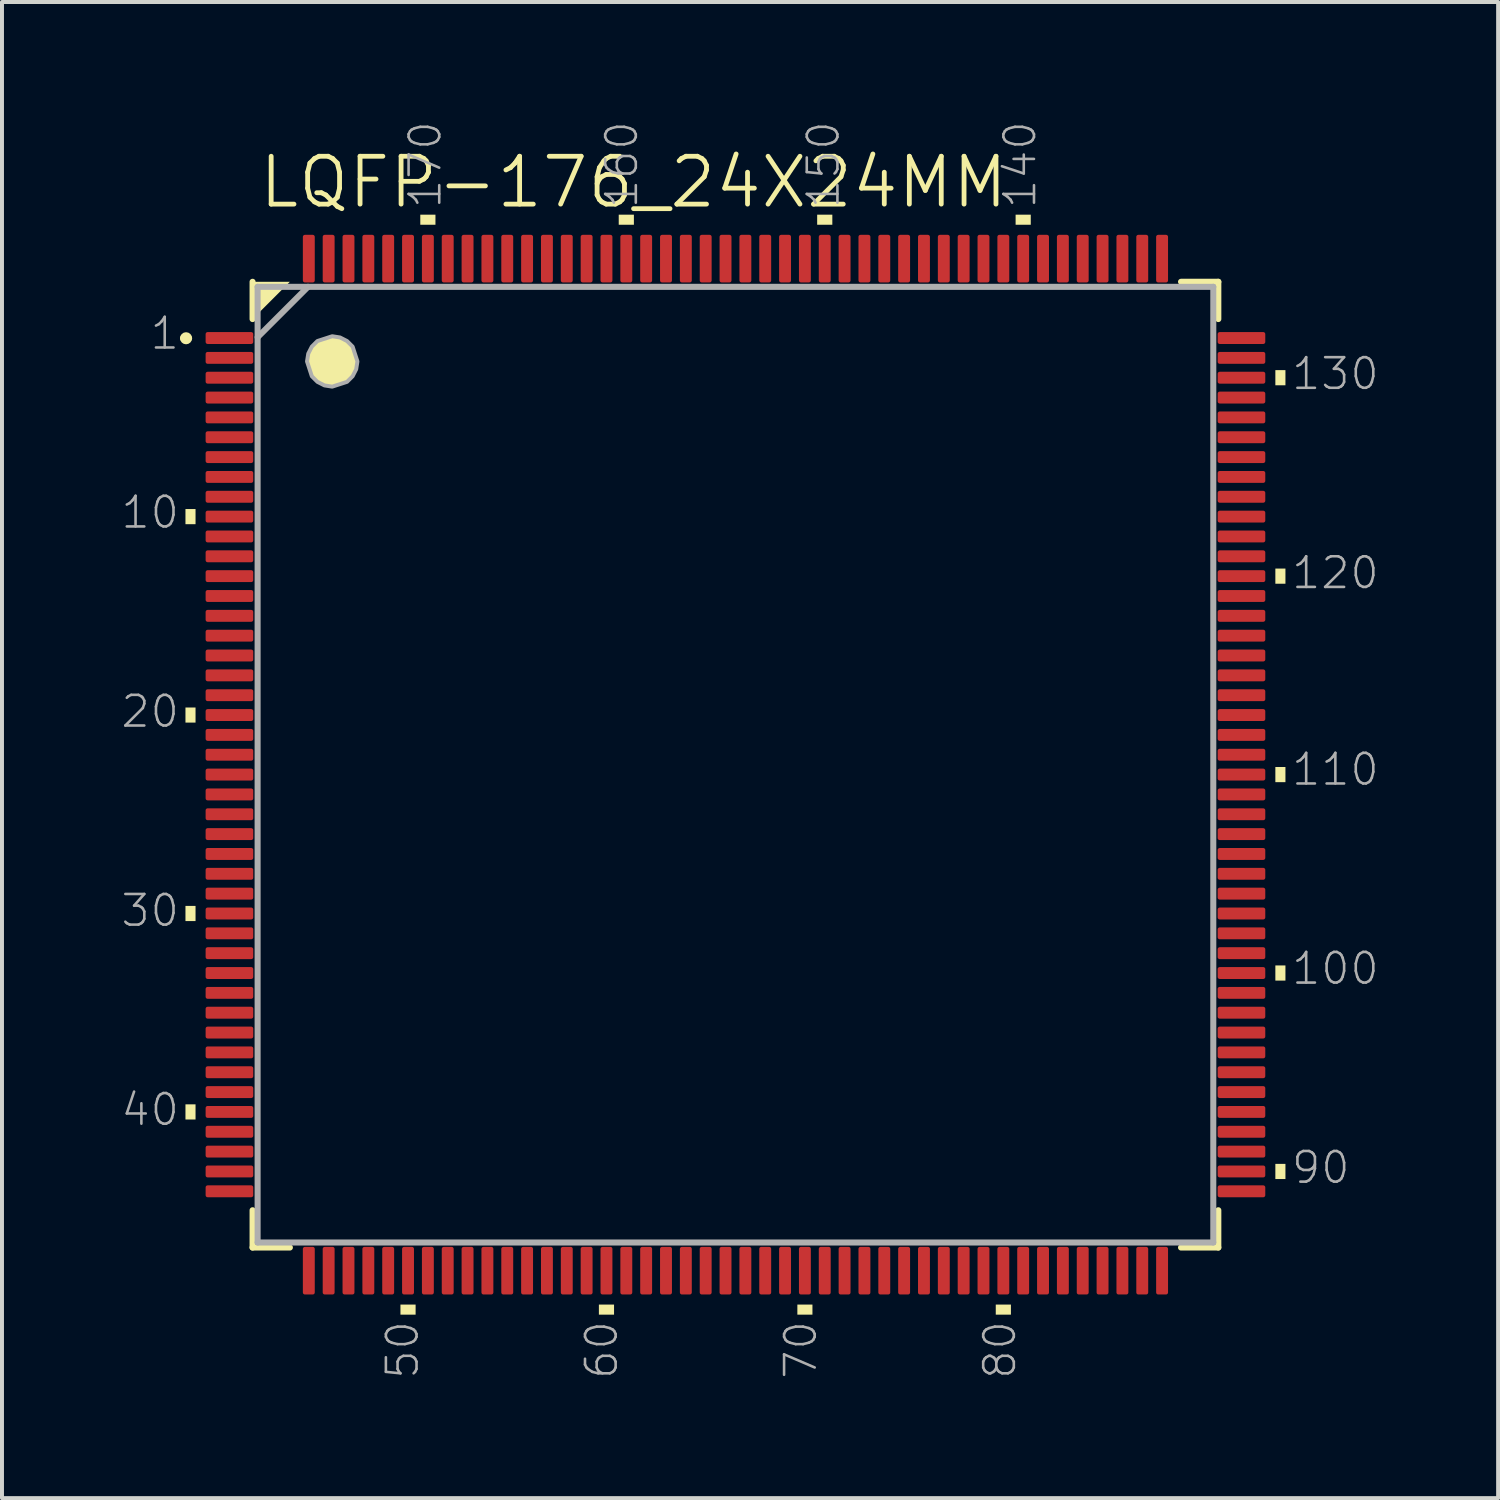
<source format=kicad_pcb>
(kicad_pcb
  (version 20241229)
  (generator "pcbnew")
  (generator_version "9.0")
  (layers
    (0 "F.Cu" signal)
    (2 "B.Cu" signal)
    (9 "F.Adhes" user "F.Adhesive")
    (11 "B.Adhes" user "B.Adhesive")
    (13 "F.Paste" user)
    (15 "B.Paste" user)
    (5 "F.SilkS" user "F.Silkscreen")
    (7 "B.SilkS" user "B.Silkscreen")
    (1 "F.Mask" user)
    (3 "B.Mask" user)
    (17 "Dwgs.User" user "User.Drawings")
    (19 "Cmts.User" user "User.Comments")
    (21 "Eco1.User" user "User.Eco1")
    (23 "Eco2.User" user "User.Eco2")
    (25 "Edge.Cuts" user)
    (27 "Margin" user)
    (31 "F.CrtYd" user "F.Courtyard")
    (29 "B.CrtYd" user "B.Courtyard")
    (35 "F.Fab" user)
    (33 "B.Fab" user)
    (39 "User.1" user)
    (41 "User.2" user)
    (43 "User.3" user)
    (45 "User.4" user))
  (footprint "LQFP-176_24X24MM"
    (layer "F.Cu")
    (at 15.481 16.217)
    (property "Reference" "LQFP-176_24X24MM" (at -12.065 -13.97 180) (layer "F.SilkS") (effects (font (size 1.206 1.206) (thickness 0.121)) (justify left bottom)))
    (attr through_hole)
    (fp_line (start -12.167 -12.167) (end -12.167 -11.227) (stroke (width 0.152) (type solid)) (layer "F.SilkS"))
    (fp_line (start -12.167 11.227) (end -12.167 12.167) (stroke (width 0.152) (type solid)) (layer "F.SilkS"))
    (fp_line (start -12.167 12.167) (end -11.227 12.167) (stroke (width 0.152) (type solid)) (layer "F.SilkS"))
    (fp_line (start 11.227 12.167) (end 12.167 12.167) (stroke (width 0.152) (type solid)) (layer "F.SilkS"))
    (fp_line (start 12.167 -12.167) (end 11.227 -12.167) (stroke (width 0.152) (type solid)) (layer "F.SilkS"))
    (fp_line (start 12.167 -11.227) (end 12.167 -12.167) (stroke (width 0.152) (type solid)) (layer "F.SilkS"))
    (fp_line (start 12.167 12.167) (end 12.167 11.227) (stroke (width 0.152) (type solid)) (layer "F.SilkS"))
    (fp_arc (start -13.9192 -10.7442) (mid -13.843 -10.8204) (end -13.7668 -10.7442) (stroke (width 0.1524) (type solid)) (layer "F.SilkS"))
    (fp_arc (start -13.7668 -10.7442) (mid -13.843 -10.668) (end -13.9192 -10.7442) (stroke (width 0.1524) (type solid)) (layer "F.SilkS"))
    (fp_poly (pts (xy -12.167 -12.167) (xy -11.227 -12.167) (xy -12.167 -11.227)) (stroke (width 0) (type solid)) (fill yes) (layer "F.SilkS"))
    (fp_poly (pts (xy -13.858 -6.441) (xy -13.858 -6.059) (xy -13.604 -6.059) (xy -13.604 -6.441)) (stroke (width 0) (type solid)) (fill yes) (layer "F.SilkS"))
    (fp_poly (pts (xy -13.858 -1.44) (xy -13.858 -1.06) (xy -13.604 -1.06) (xy -13.604 -1.44)) (stroke (width 0) (type solid)) (fill yes) (layer "F.SilkS"))
    (fp_poly (pts (xy -13.858 3.559) (xy -13.858 3.941) (xy -13.604 3.941) (xy -13.604 3.559)) (stroke (width 0) (type solid)) (fill yes) (layer "F.SilkS"))
    (fp_poly (pts (xy -13.858 8.559) (xy -13.858 8.941) (xy -13.604 8.941) (xy -13.604 8.559)) (stroke (width 0) (type solid)) (fill yes) (layer "F.SilkS"))
    (fp_poly (pts (xy -8.441 13.604) (xy -8.441 13.858) (xy -8.059 13.858) (xy -8.059 13.604)) (stroke (width 0) (type solid)) (fill yes) (layer "F.SilkS"))
    (fp_poly (pts (xy -7.941 -13.604) (xy -7.941 -13.858) (xy -7.559 -13.858) (xy -7.559 -13.604)) (stroke (width 0) (type solid)) (fill yes) (layer "F.SilkS"))
    (fp_poly (pts (xy -3.441 13.604) (xy -3.441 13.858) (xy -3.059 13.858) (xy -3.059 13.604)) (stroke (width 0) (type solid)) (fill yes) (layer "F.SilkS"))
    (fp_poly (pts (xy -2.941 -13.604) (xy -2.941 -13.858) (xy -2.559 -13.858) (xy -2.559 -13.604)) (stroke (width 0) (type solid)) (fill yes) (layer "F.SilkS"))
    (fp_poly (pts (xy 1.56 13.604) (xy 1.56 13.858) (xy 1.94 13.858) (xy 1.94 13.604)) (stroke (width 0) (type solid)) (fill yes) (layer "F.SilkS"))
    (fp_poly (pts (xy 2.059 -13.604) (xy 2.059 -13.858) (xy 2.441 -13.858) (xy 2.441 -13.604)) (stroke (width 0) (type solid)) (fill yes) (layer "F.SilkS"))
    (fp_poly (pts (xy 6.559 13.604) (xy 6.559 13.858) (xy 6.941 13.858) (xy 6.941 13.604)) (stroke (width 0) (type solid)) (fill yes) (layer "F.SilkS"))
    (fp_poly (pts (xy 7.059 -13.604) (xy 7.059 -13.858) (xy 7.441 -13.858) (xy 7.441 -13.604)) (stroke (width 0) (type solid)) (fill yes) (layer "F.SilkS"))
    (fp_poly (pts (xy 13.858 -9.941) (xy 13.858 -9.559) (xy 13.604 -9.559) (xy 13.604 -9.941)) (stroke (width 0) (type solid)) (fill yes) (layer "F.SilkS"))
    (fp_poly (pts (xy 13.858 -4.941) (xy 13.858 -4.559) (xy 13.604 -4.559) (xy 13.604 -4.941)) (stroke (width 0) (type solid)) (fill yes) (layer "F.SilkS"))
    (fp_poly (pts (xy 13.858 0.059) (xy 13.858 0.441) (xy 13.604 0.441) (xy 13.604 0.059)) (stroke (width 0) (type solid)) (fill yes) (layer "F.SilkS"))
    (fp_poly (pts (xy 13.858 5.059) (xy 13.858 5.441) (xy 13.604 5.441) (xy 13.604 5.059)) (stroke (width 0) (type solid)) (fill yes) (layer "F.SilkS"))
    (fp_poly (pts (xy 13.858 10.059) (xy 13.858 10.441) (xy 13.604 10.441) (xy 13.604 10.059)) (stroke (width 0) (type solid)) (fill yes) (layer "F.SilkS"))
    (fp_poly (pts (xy -10.16 -10.795) (xy -9.964 -10.764) (xy -9.787 -10.674) (xy -9.646 -10.533) (xy -9.525 -10.16) (xy -9.556 -9.964) (xy -9.646 -9.787) (xy -9.787 -9.646) (xy -10.16 -9.525) (xy -10.356 -9.556) (xy -10.533 -9.646) (xy -10.674 -9.787) (xy -10.795 -10.16) (xy -10.764 -10.356) (xy -10.674 -10.533) (xy -10.533 -10.674)) (stroke (width 0) (type solid)) (fill yes) (layer "F.SilkS"))
    (fp_line (start -12.04 -12.04) (end -12.04 12.04) (stroke (width 0.152) (type solid)) (layer "F.Fab"))
    (fp_line (start -12.04 -10.77) (end -10.77 -12.04) (stroke (width 0.152) (type solid)) (layer "F.Fab"))
    (fp_line (start -12.04 12.04) (end 12.04 12.04) (stroke (width 0.152) (type solid)) (layer "F.Fab"))
    (fp_line (start 12.04 -12.04) (end -12.04 -12.04) (stroke (width 0.152) (type solid)) (layer "F.Fab"))
    (fp_line (start 12.04 12.04) (end 12.04 -12.04) (stroke (width 0.152) (type solid)) (layer "F.Fab"))
    (fp_poly (pts (xy -10.16 -10.795) (xy -9.964 -10.764) (xy -9.787 -10.674) (xy -9.646 -10.533) (xy -9.525 -10.16) (xy -9.556 -9.964) (xy -9.646 -9.787) (xy -9.787 -9.646) (xy -10.16 -9.525) (xy -10.356 -9.556) (xy -10.533 -9.646) (xy -10.674 -9.787) (xy -10.795 -10.16) (xy -10.764 -10.356) (xy -10.674 -10.533) (xy -10.533 -10.674)) (stroke (width 0.1) (type solid)) (fill no) (layer "F.Fab"))
    (fp_text user "80" (at 7.112 13.97 90) (layer "F.Fab") (effects (font (size 0.772 0.772) (thickness 0.065)) (justify right bottom)))
    (fp_text user "100" (at 13.97 5.588 0) (layer "F.Fab") (effects (font (size 0.772 0.772) (thickness 0.065)) (justify left bottom)))
    (fp_text user "60" (at -2.921 13.97 90) (layer "F.Fab") (effects (font (size 0.772 0.772) (thickness 0.065)) (justify right bottom)))
    (fp_text user "70" (at 2.095 13.97 90) (layer "F.Fab") (effects (font (size 0.772 0.772) (thickness 0.065)) (justify right bottom)))
    (fp_text user "10" (at -13.97 -5.905 0) (layer "F.Fab") (effects (font (size 0.772 0.772) (thickness 0.065)) (justify right bottom)))
    (fp_text user "30" (at -13.97 4.128 0) (layer "F.Fab") (effects (font (size 0.772 0.772) (thickness 0.065)) (justify right bottom)))
    (fp_text user "90" (at 13.97 10.604 0) (layer "F.Fab") (effects (font (size 0.772 0.772) (thickness 0.065)) (justify left bottom)))
    (fp_text user "40" (at -13.97 9.144 0) (layer "F.Fab") (effects (font (size 0.772 0.772) (thickness 0.065)) (justify right bottom)))
    (fp_text user "20" (at -13.97 -0.889 0) (layer "F.Fab") (effects (font (size 0.772 0.772) (thickness 0.065)) (justify right bottom)))
    (fp_text user "120" (at 13.97 -4.381 0) (layer "F.Fab") (effects (font (size 0.772 0.772) (thickness 0.065)) (justify left bottom)))
    (fp_text user "150" (at 2.667 -13.97 90) (layer "F.Fab") (effects (font (size 0.772 0.772) (thickness 0.065)) (justify left bottom)))
    (fp_text user "160" (at -2.413 -13.97 90) (layer "F.Fab") (effects (font (size 0.772 0.772) (thickness 0.065)) (justify left bottom)))
    (fp_text user "140" (at 7.62 -13.97 90) (layer "F.Fab") (effects (font (size 0.772 0.772) (thickness 0.065)) (justify left bottom)))
    (fp_text user "170" (at -7.366 -13.97 90) (layer "F.Fab") (effects (font (size 0.772 0.772) (thickness 0.065)) (justify left bottom)))
    (fp_text user "50" (at -7.938 13.97 90) (layer "F.Fab") (effects (font (size 0.772 0.772) (thickness 0.065)) (justify right bottom)))
    (fp_text user "130" (at 13.97 -9.398 0) (layer "F.Fab") (effects (font (size 0.772 0.772) (thickness 0.065)) (justify left bottom)))
    (fp_text user "110" (at 13.97 0.572 0) (layer "F.Fab") (effects (font (size 0.772 0.772) (thickness 0.065)) (justify left bottom)))
    (fp_text user "1" (at -13.97 -10.414 0) (layer "F.Fab") (effects (font (size 0.772 0.772) (thickness 0.065)) (justify right bottom)))
    (pad "1" smd roundrect (at -12.75 -10.75) (size 1.2 0.3) (layers "F.Cu" "F.Mask" "F.Paste") (roundrect_rratio 0.169))
    (pad "2" smd roundrect (at -12.75 -10.25) (size 1.2 0.3) (layers "F.Cu" "F.Mask" "F.Paste") (roundrect_rratio 0.169))
    (pad "3" smd roundrect (at -12.75 -9.75) (size 1.2 0.3) (layers "F.Cu" "F.Mask" "F.Paste") (roundrect_rratio 0.169))
    (pad "4" smd roundrect (at -12.75 -9.25) (size 1.2 0.3) (layers "F.Cu" "F.Mask" "F.Paste") (roundrect_rratio 0.169))
    (pad "5" smd roundrect (at -12.75 -8.75) (size 1.2 0.3) (layers "F.Cu" "F.Mask" "F.Paste") (roundrect_rratio 0.169))
    (pad "6" smd roundrect (at -12.75 -8.25) (size 1.2 0.3) (layers "F.Cu" "F.Mask" "F.Paste") (roundrect_rratio 0.169))
    (pad "7" smd roundrect (at -12.75 -7.75) (size 1.2 0.3) (layers "F.Cu" "F.Mask" "F.Paste") (roundrect_rratio 0.169))
    (pad "8" smd roundrect (at -12.75 -7.25) (size 1.2 0.3) (layers "F.Cu" "F.Mask" "F.Paste") (roundrect_rratio 0.169))
    (pad "9" smd roundrect (at -12.75 -6.75) (size 1.2 0.3) (layers "F.Cu" "F.Mask" "F.Paste") (roundrect_rratio 0.169))
    (pad "10" smd roundrect (at -12.75 -6.25) (size 1.2 0.3) (layers "F.Cu" "F.Mask" "F.Paste") (roundrect_rratio 0.169))
    (pad "11" smd roundrect (at -12.75 -5.75) (size 1.2 0.3) (layers "F.Cu" "F.Mask" "F.Paste") (roundrect_rratio 0.169))
    (pad "12" smd roundrect (at -12.75 -5.25) (size 1.2 0.3) (layers "F.Cu" "F.Mask" "F.Paste") (roundrect_rratio 0.169))
    (pad "13" smd roundrect (at -12.75 -4.75) (size 1.2 0.3) (layers "F.Cu" "F.Mask" "F.Paste") (roundrect_rratio 0.169))
    (pad "14" smd roundrect (at -12.75 -4.25) (size 1.2 0.3) (layers "F.Cu" "F.Mask" "F.Paste") (roundrect_rratio 0.169))
    (pad "15" smd roundrect (at -12.75 -3.75) (size 1.2 0.3) (layers "F.Cu" "F.Mask" "F.Paste") (roundrect_rratio 0.169))
    (pad "16" smd roundrect (at -12.75 -3.25) (size 1.2 0.3) (layers "F.Cu" "F.Mask" "F.Paste") (roundrect_rratio 0.169))
    (pad "17" smd roundrect (at -12.75 -2.75) (size 1.2 0.3) (layers "F.Cu" "F.Mask" "F.Paste") (roundrect_rratio 0.169))
    (pad "18" smd roundrect (at -12.75 -2.25) (size 1.2 0.3) (layers "F.Cu" "F.Mask" "F.Paste") (roundrect_rratio 0.169))
    (pad "19" smd roundrect (at -12.75 -1.75) (size 1.2 0.3) (layers "F.Cu" "F.Mask" "F.Paste") (roundrect_rratio 0.169))
    (pad "20" smd roundrect (at -12.75 -1.25) (size 1.2 0.3) (layers "F.Cu" "F.Mask" "F.Paste") (roundrect_rratio 0.169))
    (pad "21" smd roundrect (at -12.75 -0.75) (size 1.2 0.3) (layers "F.Cu" "F.Mask" "F.Paste") (roundrect_rratio 0.169))
    (pad "22" smd roundrect (at -12.75 -0.25) (size 1.2 0.3) (layers "F.Cu" "F.Mask" "F.Paste") (roundrect_rratio 0.169))
    (pad "23" smd roundrect (at -12.75 0.25) (size 1.2 0.3) (layers "F.Cu" "F.Mask" "F.Paste") (roundrect_rratio 0.169))
    (pad "24" smd roundrect (at -12.75 0.75) (size 1.2 0.3) (layers "F.Cu" "F.Mask" "F.Paste") (roundrect_rratio 0.169))
    (pad "25" smd roundrect (at -12.75 1.25) (size 1.2 0.3) (layers "F.Cu" "F.Mask" "F.Paste") (roundrect_rratio 0.169))
    (pad "26" smd roundrect (at -12.75 1.75) (size 1.2 0.3) (layers "F.Cu" "F.Mask" "F.Paste") (roundrect_rratio 0.169))
    (pad "27" smd roundrect (at -12.75 2.25) (size 1.2 0.3) (layers "F.Cu" "F.Mask" "F.Paste") (roundrect_rratio 0.169))
    (pad "28" smd roundrect (at -12.75 2.75) (size 1.2 0.3) (layers "F.Cu" "F.Mask" "F.Paste") (roundrect_rratio 0.169))
    (pad "29" smd roundrect (at -12.75 3.25) (size 1.2 0.3) (layers "F.Cu" "F.Mask" "F.Paste") (roundrect_rratio 0.169))
    (pad "30" smd roundrect (at -12.75 3.75) (size 1.2 0.3) (layers "F.Cu" "F.Mask" "F.Paste") (roundrect_rratio 0.169))
    (pad "31" smd roundrect (at -12.75 4.25) (size 1.2 0.3) (layers "F.Cu" "F.Mask" "F.Paste") (roundrect_rratio 0.169))
    (pad "32" smd roundrect (at -12.75 4.75) (size 1.2 0.3) (layers "F.Cu" "F.Mask" "F.Paste") (roundrect_rratio 0.169))
    (pad "33" smd roundrect (at -12.75 5.25) (size 1.2 0.3) (layers "F.Cu" "F.Mask" "F.Paste") (roundrect_rratio 0.169))
    (pad "34" smd roundrect (at -12.75 5.75) (size 1.2 0.3) (layers "F.Cu" "F.Mask" "F.Paste") (roundrect_rratio 0.169))
    (pad "35" smd roundrect (at -12.75 6.25) (size 1.2 0.3) (layers "F.Cu" "F.Mask" "F.Paste") (roundrect_rratio 0.169))
    (pad "36" smd roundrect (at -12.75 6.75) (size 1.2 0.3) (layers "F.Cu" "F.Mask" "F.Paste") (roundrect_rratio 0.169))
    (pad "37" smd roundrect (at -12.75 7.25) (size 1.2 0.3) (layers "F.Cu" "F.Mask" "F.Paste") (roundrect_rratio 0.169))
    (pad "38" smd roundrect (at -12.75 7.75) (size 1.2 0.3) (layers "F.Cu" "F.Mask" "F.Paste") (roundrect_rratio 0.169))
    (pad "39" smd roundrect (at -12.75 8.25) (size 1.2 0.3) (layers "F.Cu" "F.Mask" "F.Paste") (roundrect_rratio 0.169))
    (pad "40" smd roundrect (at -12.75 8.75) (size 1.2 0.3) (layers "F.Cu" "F.Mask" "F.Paste") (roundrect_rratio 0.169))
    (pad "41" smd roundrect (at -12.75 9.25) (size 1.2 0.3) (layers "F.Cu" "F.Mask" "F.Paste") (roundrect_rratio 0.169))
    (pad "42" smd roundrect (at -12.75 9.75) (size 1.2 0.3) (layers "F.Cu" "F.Mask" "F.Paste") (roundrect_rratio 0.169))
    (pad "43" smd roundrect (at -12.75 10.25) (size 1.2 0.3) (layers "F.Cu" "F.Mask" "F.Paste") (roundrect_rratio 0.169))
    (pad "44" smd roundrect (at -12.75 10.75) (size 1.2 0.3) (layers "F.Cu" "F.Mask" "F.Paste") (roundrect_rratio 0.169))
    (pad "45" smd roundrect (at -10.75 12.75 90) (size 1.2 0.3) (layers "F.Cu" "F.Mask" "F.Paste") (roundrect_rratio 0.169))
    (pad "46" smd roundrect (at -10.25 12.75 90) (size 1.2 0.3) (layers "F.Cu" "F.Mask" "F.Paste") (roundrect_rratio 0.169))
    (pad "47" smd roundrect (at -9.75 12.75 90) (size 1.2 0.3) (layers "F.Cu" "F.Mask" "F.Paste") (roundrect_rratio 0.169))
    (pad "48" smd roundrect (at -9.25 12.75 90) (size 1.2 0.3) (layers "F.Cu" "F.Mask" "F.Paste") (roundrect_rratio 0.169))
    (pad "49" smd roundrect (at -8.75 12.75 90) (size 1.2 0.3) (layers "F.Cu" "F.Mask" "F.Paste") (roundrect_rratio 0.169))
    (pad "50" smd roundrect (at -8.25 12.75 90) (size 1.2 0.3) (layers "F.Cu" "F.Mask" "F.Paste") (roundrect_rratio 0.169))
    (pad "51" smd roundrect (at -7.75 12.75 90) (size 1.2 0.3) (layers "F.Cu" "F.Mask" "F.Paste") (roundrect_rratio 0.169))
    (pad "52" smd roundrect (at -7.25 12.75 90) (size 1.2 0.3) (layers "F.Cu" "F.Mask" "F.Paste") (roundrect_rratio 0.169))
    (pad "53" smd roundrect (at -6.75 12.75 90) (size 1.2 0.3) (layers "F.Cu" "F.Mask" "F.Paste") (roundrect_rratio 0.169))
    (pad "54" smd roundrect (at -6.25 12.75 90) (size 1.2 0.3) (layers "F.Cu" "F.Mask" "F.Paste") (roundrect_rratio 0.169))
    (pad "55" smd roundrect (at -5.75 12.75 90) (size 1.2 0.3) (layers "F.Cu" "F.Mask" "F.Paste") (roundrect_rratio 0.169))
    (pad "56" smd roundrect (at -5.25 12.75 90) (size 1.2 0.3) (layers "F.Cu" "F.Mask" "F.Paste") (roundrect_rratio 0.169))
    (pad "57" smd roundrect (at -4.75 12.75 90) (size 1.2 0.3) (layers "F.Cu" "F.Mask" "F.Paste") (roundrect_rratio 0.169))
    (pad "58" smd roundrect (at -4.25 12.75 90) (size 1.2 0.3) (layers "F.Cu" "F.Mask" "F.Paste") (roundrect_rratio 0.169))
    (pad "59" smd roundrect (at -3.75 12.75 90) (size 1.2 0.3) (layers "F.Cu" "F.Mask" "F.Paste") (roundrect_rratio 0.169))
    (pad "60" smd roundrect (at -3.25 12.75 90) (size 1.2 0.3) (layers "F.Cu" "F.Mask" "F.Paste") (roundrect_rratio 0.169))
    (pad "61" smd roundrect (at -2.75 12.75 90) (size 1.2 0.3) (layers "F.Cu" "F.Mask" "F.Paste") (roundrect_rratio 0.169))
    (pad "62" smd roundrect (at -2.25 12.75 90) (size 1.2 0.3) (layers "F.Cu" "F.Mask" "F.Paste") (roundrect_rratio 0.169))
    (pad "63" smd roundrect (at -1.75 12.75 90) (size 1.2 0.3) (layers "F.Cu" "F.Mask" "F.Paste") (roundrect_rratio 0.169))
    (pad "64" smd roundrect (at -1.25 12.75 90) (size 1.2 0.3) (layers "F.Cu" "F.Mask" "F.Paste") (roundrect_rratio 0.169))
    (pad "65" smd roundrect (at -0.75 12.75 90) (size 1.2 0.3) (layers "F.Cu" "F.Mask" "F.Paste") (roundrect_rratio 0.169))
    (pad "66" smd roundrect (at -0.25 12.75 90) (size 1.2 0.3) (layers "F.Cu" "F.Mask" "F.Paste") (roundrect_rratio 0.169))
    (pad "67" smd roundrect (at 0.25 12.75 90) (size 1.2 0.3) (layers "F.Cu" "F.Mask" "F.Paste") (roundrect_rratio 0.169))
    (pad "68" smd roundrect (at 0.75 12.75 90) (size 1.2 0.3) (layers "F.Cu" "F.Mask" "F.Paste") (roundrect_rratio 0.169))
    (pad "69" smd roundrect (at 1.25 12.75 90) (size 1.2 0.3) (layers "F.Cu" "F.Mask" "F.Paste") (roundrect_rratio 0.169))
    (pad "70" smd roundrect (at 1.75 12.75 90) (size 1.2 0.3) (layers "F.Cu" "F.Mask" "F.Paste") (roundrect_rratio 0.169))
    (pad "71" smd roundrect (at 2.25 12.75 90) (size 1.2 0.3) (layers "F.Cu" "F.Mask" "F.Paste") (roundrect_rratio 0.169))
    (pad "72" smd roundrect (at 2.75 12.75 90) (size 1.2 0.3) (layers "F.Cu" "F.Mask" "F.Paste") (roundrect_rratio 0.169))
    (pad "73" smd roundrect (at 3.25 12.75 90) (size 1.2 0.3) (layers "F.Cu" "F.Mask" "F.Paste") (roundrect_rratio 0.169))
    (pad "74" smd roundrect (at 3.75 12.75 90) (size 1.2 0.3) (layers "F.Cu" "F.Mask" "F.Paste") (roundrect_rratio 0.169))
    (pad "75" smd roundrect (at 4.25 12.75 90) (size 1.2 0.3) (layers "F.Cu" "F.Mask" "F.Paste") (roundrect_rratio 0.169))
    (pad "76" smd roundrect (at 4.75 12.75 90) (size 1.2 0.3) (layers "F.Cu" "F.Mask" "F.Paste") (roundrect_rratio 0.169))
    (pad "77" smd roundrect (at 5.25 12.75 90) (size 1.2 0.3) (layers "F.Cu" "F.Mask" "F.Paste") (roundrect_rratio 0.169))
    (pad "78" smd roundrect (at 5.75 12.75 90) (size 1.2 0.3) (layers "F.Cu" "F.Mask" "F.Paste") (roundrect_rratio 0.169))
    (pad "79" smd roundrect (at 6.25 12.75 90) (size 1.2 0.3) (layers "F.Cu" "F.Mask" "F.Paste") (roundrect_rratio 0.169))
    (pad "80" smd roundrect (at 6.75 12.75 90) (size 1.2 0.3) (layers "F.Cu" "F.Mask" "F.Paste") (roundrect_rratio 0.169))
    (pad "81" smd roundrect (at 7.25 12.75 90) (size 1.2 0.3) (layers "F.Cu" "F.Mask" "F.Paste") (roundrect_rratio 0.169))
    (pad "82" smd roundrect (at 7.75 12.75 90) (size 1.2 0.3) (layers "F.Cu" "F.Mask" "F.Paste") (roundrect_rratio 0.169))
    (pad "83" smd roundrect (at 8.25 12.75 90) (size 1.2 0.3) (layers "F.Cu" "F.Mask" "F.Paste") (roundrect_rratio 0.169))
    (pad "84" smd roundrect (at 8.75 12.75 90) (size 1.2 0.3) (layers "F.Cu" "F.Mask" "F.Paste") (roundrect_rratio 0.169))
    (pad "85" smd roundrect (at 9.25 12.75 90) (size 1.2 0.3) (layers "F.Cu" "F.Mask" "F.Paste") (roundrect_rratio 0.169))
    (pad "86" smd roundrect (at 9.75 12.75 90) (size 1.2 0.3) (layers "F.Cu" "F.Mask" "F.Paste") (roundrect_rratio 0.169))
    (pad "87" smd roundrect (at 10.25 12.75 90) (size 1.2 0.3) (layers "F.Cu" "F.Mask" "F.Paste") (roundrect_rratio 0.169))
    (pad "88" smd roundrect (at 10.75 12.75 90) (size 1.2 0.3) (layers "F.Cu" "F.Mask" "F.Paste") (roundrect_rratio 0.169))
    (pad "89" smd roundrect (at 12.75 10.75 180) (size 1.2 0.3) (layers "F.Cu" "F.Mask" "F.Paste") (roundrect_rratio 0.169))
    (pad "90" smd roundrect (at 12.75 10.25 180) (size 1.2 0.3) (layers "F.Cu" "F.Mask" "F.Paste") (roundrect_rratio 0.169))
    (pad "91" smd roundrect (at 12.75 9.75 180) (size 1.2 0.3) (layers "F.Cu" "F.Mask" "F.Paste") (roundrect_rratio 0.169))
    (pad "92" smd roundrect (at 12.75 9.25 180) (size 1.2 0.3) (layers "F.Cu" "F.Mask" "F.Paste") (roundrect_rratio 0.169))
    (pad "93" smd roundrect (at 12.75 8.75 180) (size 1.2 0.3) (layers "F.Cu" "F.Mask" "F.Paste") (roundrect_rratio 0.169))
    (pad "94" smd roundrect (at 12.75 8.25 180) (size 1.2 0.3) (layers "F.Cu" "F.Mask" "F.Paste") (roundrect_rratio 0.169))
    (pad "95" smd roundrect (at 12.75 7.75 180) (size 1.2 0.3) (layers "F.Cu" "F.Mask" "F.Paste") (roundrect_rratio 0.169))
    (pad "96" smd roundrect (at 12.75 7.25 180) (size 1.2 0.3) (layers "F.Cu" "F.Mask" "F.Paste") (roundrect_rratio 0.169))
    (pad "97" smd roundrect (at 12.75 6.75 180) (size 1.2 0.3) (layers "F.Cu" "F.Mask" "F.Paste") (roundrect_rratio 0.169))
    (pad "98" smd roundrect (at 12.75 6.25 180) (size 1.2 0.3) (layers "F.Cu" "F.Mask" "F.Paste") (roundrect_rratio 0.169))
    (pad "99" smd roundrect (at 12.75 5.75 180) (size 1.2 0.3) (layers "F.Cu" "F.Mask" "F.Paste") (roundrect_rratio 0.169))
    (pad "100" smd roundrect (at 12.75 5.25 180) (size 1.2 0.3) (layers "F.Cu" "F.Mask" "F.Paste") (roundrect_rratio 0.169))
    (pad "101" smd roundrect (at 12.75 4.75 180) (size 1.2 0.3) (layers "F.Cu" "F.Mask" "F.Paste") (roundrect_rratio 0.169))
    (pad "102" smd roundrect (at 12.75 4.25 180) (size 1.2 0.3) (layers "F.Cu" "F.Mask" "F.Paste") (roundrect_rratio 0.169))
    (pad "103" smd roundrect (at 12.75 3.75 180) (size 1.2 0.3) (layers "F.Cu" "F.Mask" "F.Paste") (roundrect_rratio 0.169))
    (pad "104" smd roundrect (at 12.75 3.25 180) (size 1.2 0.3) (layers "F.Cu" "F.Mask" "F.Paste") (roundrect_rratio 0.169))
    (pad "105" smd roundrect (at 12.75 2.75 180) (size 1.2 0.3) (layers "F.Cu" "F.Mask" "F.Paste") (roundrect_rratio 0.169))
    (pad "106" smd roundrect (at 12.75 2.25 180) (size 1.2 0.3) (layers "F.Cu" "F.Mask" "F.Paste") (roundrect_rratio 0.169))
    (pad "107" smd roundrect (at 12.75 1.75 180) (size 1.2 0.3) (layers "F.Cu" "F.Mask" "F.Paste") (roundrect_rratio 0.169))
    (pad "108" smd roundrect (at 12.75 1.25 180) (size 1.2 0.3) (layers "F.Cu" "F.Mask" "F.Paste") (roundrect_rratio 0.169))
    (pad "109" smd roundrect (at 12.75 0.75 180) (size 1.2 0.3) (layers "F.Cu" "F.Mask" "F.Paste") (roundrect_rratio 0.169))
    (pad "110" smd roundrect (at 12.75 0.25 180) (size 1.2 0.3) (layers "F.Cu" "F.Mask" "F.Paste") (roundrect_rratio 0.169))
    (pad "111" smd roundrect (at 12.75 -0.25 180) (size 1.2 0.3) (layers "F.Cu" "F.Mask" "F.Paste") (roundrect_rratio 0.169))
    (pad "112" smd roundrect (at 12.75 -0.75 180) (size 1.2 0.3) (layers "F.Cu" "F.Mask" "F.Paste") (roundrect_rratio 0.169))
    (pad "113" smd roundrect (at 12.75 -1.25 180) (size 1.2 0.3) (layers "F.Cu" "F.Mask" "F.Paste") (roundrect_rratio 0.169))
    (pad "114" smd roundrect (at 12.75 -1.75 180) (size 1.2 0.3) (layers "F.Cu" "F.Mask" "F.Paste") (roundrect_rratio 0.169))
    (pad "115" smd roundrect (at 12.75 -2.25 180) (size 1.2 0.3) (layers "F.Cu" "F.Mask" "F.Paste") (roundrect_rratio 0.169))
    (pad "116" smd roundrect (at 12.75 -2.75 180) (size 1.2 0.3) (layers "F.Cu" "F.Mask" "F.Paste") (roundrect_rratio 0.169))
    (pad "117" smd roundrect (at 12.75 -3.25 180) (size 1.2 0.3) (layers "F.Cu" "F.Mask" "F.Paste") (roundrect_rratio 0.169))
    (pad "118" smd roundrect (at 12.75 -3.75 180) (size 1.2 0.3) (layers "F.Cu" "F.Mask" "F.Paste") (roundrect_rratio 0.169))
    (pad "119" smd roundrect (at 12.75 -4.25 180) (size 1.2 0.3) (layers "F.Cu" "F.Mask" "F.Paste") (roundrect_rratio 0.169))
    (pad "120" smd roundrect (at 12.75 -4.75 180) (size 1.2 0.3) (layers "F.Cu" "F.Mask" "F.Paste") (roundrect_rratio 0.169))
    (pad "121" smd roundrect (at 12.75 -5.25 180) (size 1.2 0.3) (layers "F.Cu" "F.Mask" "F.Paste") (roundrect_rratio 0.169))
    (pad "122" smd roundrect (at 12.75 -5.75 180) (size 1.2 0.3) (layers "F.Cu" "F.Mask" "F.Paste") (roundrect_rratio 0.169))
    (pad "123" smd roundrect (at 12.75 -6.25 180) (size 1.2 0.3) (layers "F.Cu" "F.Mask" "F.Paste") (roundrect_rratio 0.169))
    (pad "124" smd roundrect (at 12.75 -6.75 180) (size 1.2 0.3) (layers "F.Cu" "F.Mask" "F.Paste") (roundrect_rratio 0.169))
    (pad "125" smd roundrect (at 12.75 -7.25 180) (size 1.2 0.3) (layers "F.Cu" "F.Mask" "F.Paste") (roundrect_rratio 0.169))
    (pad "126" smd roundrect (at 12.75 -7.75 180) (size 1.2 0.3) (layers "F.Cu" "F.Mask" "F.Paste") (roundrect_rratio 0.169))
    (pad "127" smd roundrect (at 12.75 -8.25 180) (size 1.2 0.3) (layers "F.Cu" "F.Mask" "F.Paste") (roundrect_rratio 0.169))
    (pad "128" smd roundrect (at 12.75 -8.75 180) (size 1.2 0.3) (layers "F.Cu" "F.Mask" "F.Paste") (roundrect_rratio 0.169))
    (pad "129" smd roundrect (at 12.75 -9.25 180) (size 1.2 0.3) (layers "F.Cu" "F.Mask" "F.Paste") (roundrect_rratio 0.169))
    (pad "130" smd roundrect (at 12.75 -9.75 180) (size 1.2 0.3) (layers "F.Cu" "F.Mask" "F.Paste") (roundrect_rratio 0.169))
    (pad "131" smd roundrect (at 12.75 -10.25 180) (size 1.2 0.3) (layers "F.Cu" "F.Mask" "F.Paste") (roundrect_rratio 0.169))
    (pad "132" smd roundrect (at 12.75 -10.75 180) (size 1.2 0.3) (layers "F.Cu" "F.Mask" "F.Paste") (roundrect_rratio 0.169))
    (pad "133" smd roundrect (at 10.75 -12.75 270) (size 1.2 0.3) (layers "F.Cu" "F.Mask" "F.Paste") (roundrect_rratio 0.169))
    (pad "134" smd roundrect (at 10.25 -12.75 270) (size 1.2 0.3) (layers "F.Cu" "F.Mask" "F.Paste") (roundrect_rratio 0.169))
    (pad "135" smd roundrect (at 9.75 -12.75 270) (size 1.2 0.3) (layers "F.Cu" "F.Mask" "F.Paste") (roundrect_rratio 0.169))
    (pad "136" smd roundrect (at 9.25 -12.75 270) (size 1.2 0.3) (layers "F.Cu" "F.Mask" "F.Paste") (roundrect_rratio 0.169))
    (pad "137" smd roundrect (at 8.75 -12.75 270) (size 1.2 0.3) (layers "F.Cu" "F.Mask" "F.Paste") (roundrect_rratio 0.169))
    (pad "138" smd roundrect (at 8.25 -12.75 270) (size 1.2 0.3) (layers "F.Cu" "F.Mask" "F.Paste") (roundrect_rratio 0.169))
    (pad "139" smd roundrect (at 7.75 -12.75 270) (size 1.2 0.3) (layers "F.Cu" "F.Mask" "F.Paste") (roundrect_rratio 0.169))
    (pad "140" smd roundrect (at 7.25 -12.75 270) (size 1.2 0.3) (layers "F.Cu" "F.Mask" "F.Paste") (roundrect_rratio 0.169))
    (pad "141" smd roundrect (at 6.75 -12.75 270) (size 1.2 0.3) (layers "F.Cu" "F.Mask" "F.Paste") (roundrect_rratio 0.169))
    (pad "142" smd roundrect (at 6.25 -12.75 270) (size 1.2 0.3) (layers "F.Cu" "F.Mask" "F.Paste") (roundrect_rratio 0.169))
    (pad "143" smd roundrect (at 5.75 -12.75 270) (size 1.2 0.3) (layers "F.Cu" "F.Mask" "F.Paste") (roundrect_rratio 0.169))
    (pad "144" smd roundrect (at 5.25 -12.75 270) (size 1.2 0.3) (layers "F.Cu" "F.Mask" "F.Paste") (roundrect_rratio 0.169))
    (pad "145" smd roundrect (at 4.75 -12.75 270) (size 1.2 0.3) (layers "F.Cu" "F.Mask" "F.Paste") (roundrect_rratio 0.169))
    (pad "146" smd roundrect (at 4.25 -12.75 270) (size 1.2 0.3) (layers "F.Cu" "F.Mask" "F.Paste") (roundrect_rratio 0.169))
    (pad "147" smd roundrect (at 3.75 -12.75 270) (size 1.2 0.3) (layers "F.Cu" "F.Mask" "F.Paste") (roundrect_rratio 0.169))
    (pad "148" smd roundrect (at 3.25 -12.75 270) (size 1.2 0.3) (layers "F.Cu" "F.Mask" "F.Paste") (roundrect_rratio 0.169))
    (pad "149" smd roundrect (at 2.75 -12.75 270) (size 1.2 0.3) (layers "F.Cu" "F.Mask" "F.Paste") (roundrect_rratio 0.169))
    (pad "150" smd roundrect (at 2.25 -12.75 270) (size 1.2 0.3) (layers "F.Cu" "F.Mask" "F.Paste") (roundrect_rratio 0.169))
    (pad "151" smd roundrect (at 1.75 -12.75 270) (size 1.2 0.3) (layers "F.Cu" "F.Mask" "F.Paste") (roundrect_rratio 0.169))
    (pad "152" smd roundrect (at 1.25 -12.75 270) (size 1.2 0.3) (layers "F.Cu" "F.Mask" "F.Paste") (roundrect_rratio 0.169))
    (pad "153" smd roundrect (at 0.75 -12.75 270) (size 1.2 0.3) (layers "F.Cu" "F.Mask" "F.Paste") (roundrect_rratio 0.169))
    (pad "154" smd roundrect (at 0.25 -12.75 270) (size 1.2 0.3) (layers "F.Cu" "F.Mask" "F.Paste") (roundrect_rratio 0.169))
    (pad "155" smd roundrect (at -0.25 -12.75 270) (size 1.2 0.3) (layers "F.Cu" "F.Mask" "F.Paste") (roundrect_rratio 0.169))
    (pad "156" smd roundrect (at -0.75 -12.75 270) (size 1.2 0.3) (layers "F.Cu" "F.Mask" "F.Paste") (roundrect_rratio 0.169))
    (pad "157" smd roundrect (at -1.25 -12.75 270) (size 1.2 0.3) (layers "F.Cu" "F.Mask" "F.Paste") (roundrect_rratio 0.169))
    (pad "158" smd roundrect (at -1.75 -12.75 270) (size 1.2 0.3) (layers "F.Cu" "F.Mask" "F.Paste") (roundrect_rratio 0.169))
    (pad "159" smd roundrect (at -2.25 -12.75 270) (size 1.2 0.3) (layers "F.Cu" "F.Mask" "F.Paste") (roundrect_rratio 0.169))
    (pad "160" smd roundrect (at -2.75 -12.75 270) (size 1.2 0.3) (layers "F.Cu" "F.Mask" "F.Paste") (roundrect_rratio 0.169))
    (pad "161" smd roundrect (at -3.25 -12.75 270) (size 1.2 0.3) (layers "F.Cu" "F.Mask" "F.Paste") (roundrect_rratio 0.169))
    (pad "162" smd roundrect (at -3.75 -12.75 270) (size 1.2 0.3) (layers "F.Cu" "F.Mask" "F.Paste") (roundrect_rratio 0.169))
    (pad "163" smd roundrect (at -4.25 -12.75 270) (size 1.2 0.3) (layers "F.Cu" "F.Mask" "F.Paste") (roundrect_rratio 0.169))
    (pad "164" smd roundrect (at -4.75 -12.75 270) (size 1.2 0.3) (layers "F.Cu" "F.Mask" "F.Paste") (roundrect_rratio 0.169))
    (pad "165" smd roundrect (at -5.25 -12.75 270) (size 1.2 0.3) (layers "F.Cu" "F.Mask" "F.Paste") (roundrect_rratio 0.169))
    (pad "166" smd roundrect (at -5.75 -12.75 270) (size 1.2 0.3) (layers "F.Cu" "F.Mask" "F.Paste") (roundrect_rratio 0.169))
    (pad "167" smd roundrect (at -6.25 -12.75 270) (size 1.2 0.3) (layers "F.Cu" "F.Mask" "F.Paste") (roundrect_rratio 0.169))
    (pad "168" smd roundrect (at -6.75 -12.75 270) (size 1.2 0.3) (layers "F.Cu" "F.Mask" "F.Paste") (roundrect_rratio 0.169))
    (pad "169" smd roundrect (at -7.25 -12.75 270) (size 1.2 0.3) (layers "F.Cu" "F.Mask" "F.Paste") (roundrect_rratio 0.169))
    (pad "170" smd roundrect (at -7.75 -12.75 270) (size 1.2 0.3) (layers "F.Cu" "F.Mask" "F.Paste") (roundrect_rratio 0.169))
    (pad "171" smd roundrect (at -8.25 -12.75 270) (size 1.2 0.3) (layers "F.Cu" "F.Mask" "F.Paste") (roundrect_rratio 0.169))
    (pad "172" smd roundrect (at -8.75 -12.75 270) (size 1.2 0.3) (layers "F.Cu" "F.Mask" "F.Paste") (roundrect_rratio 0.169))
    (pad "173" smd roundrect (at -9.25 -12.75 270) (size 1.2 0.3) (layers "F.Cu" "F.Mask" "F.Paste") (roundrect_rratio 0.169))
    (pad "174" smd roundrect (at -9.75 -12.75 270) (size 1.2 0.3) (layers "F.Cu" "F.Mask" "F.Paste") (roundrect_rratio 0.169))
    (pad "175" smd roundrect (at -10.25 -12.75 270) (size 1.2 0.3) (layers "F.Cu" "F.Mask" "F.Paste") (roundrect_rratio 0.169))
    (pad "176" smd roundrect (at -10.75 -12.75 270) (size 1.2 0.3) (layers "F.Cu" "F.Mask" "F.Paste") (roundrect_rratio 0.169)))
  (gr_rect
    (start -3 -3)
    (end 34.698 34.698)
    (stroke (width 0.1) (type default))
    (fill no)
    (layer "Edge.Cuts")))
</source>
